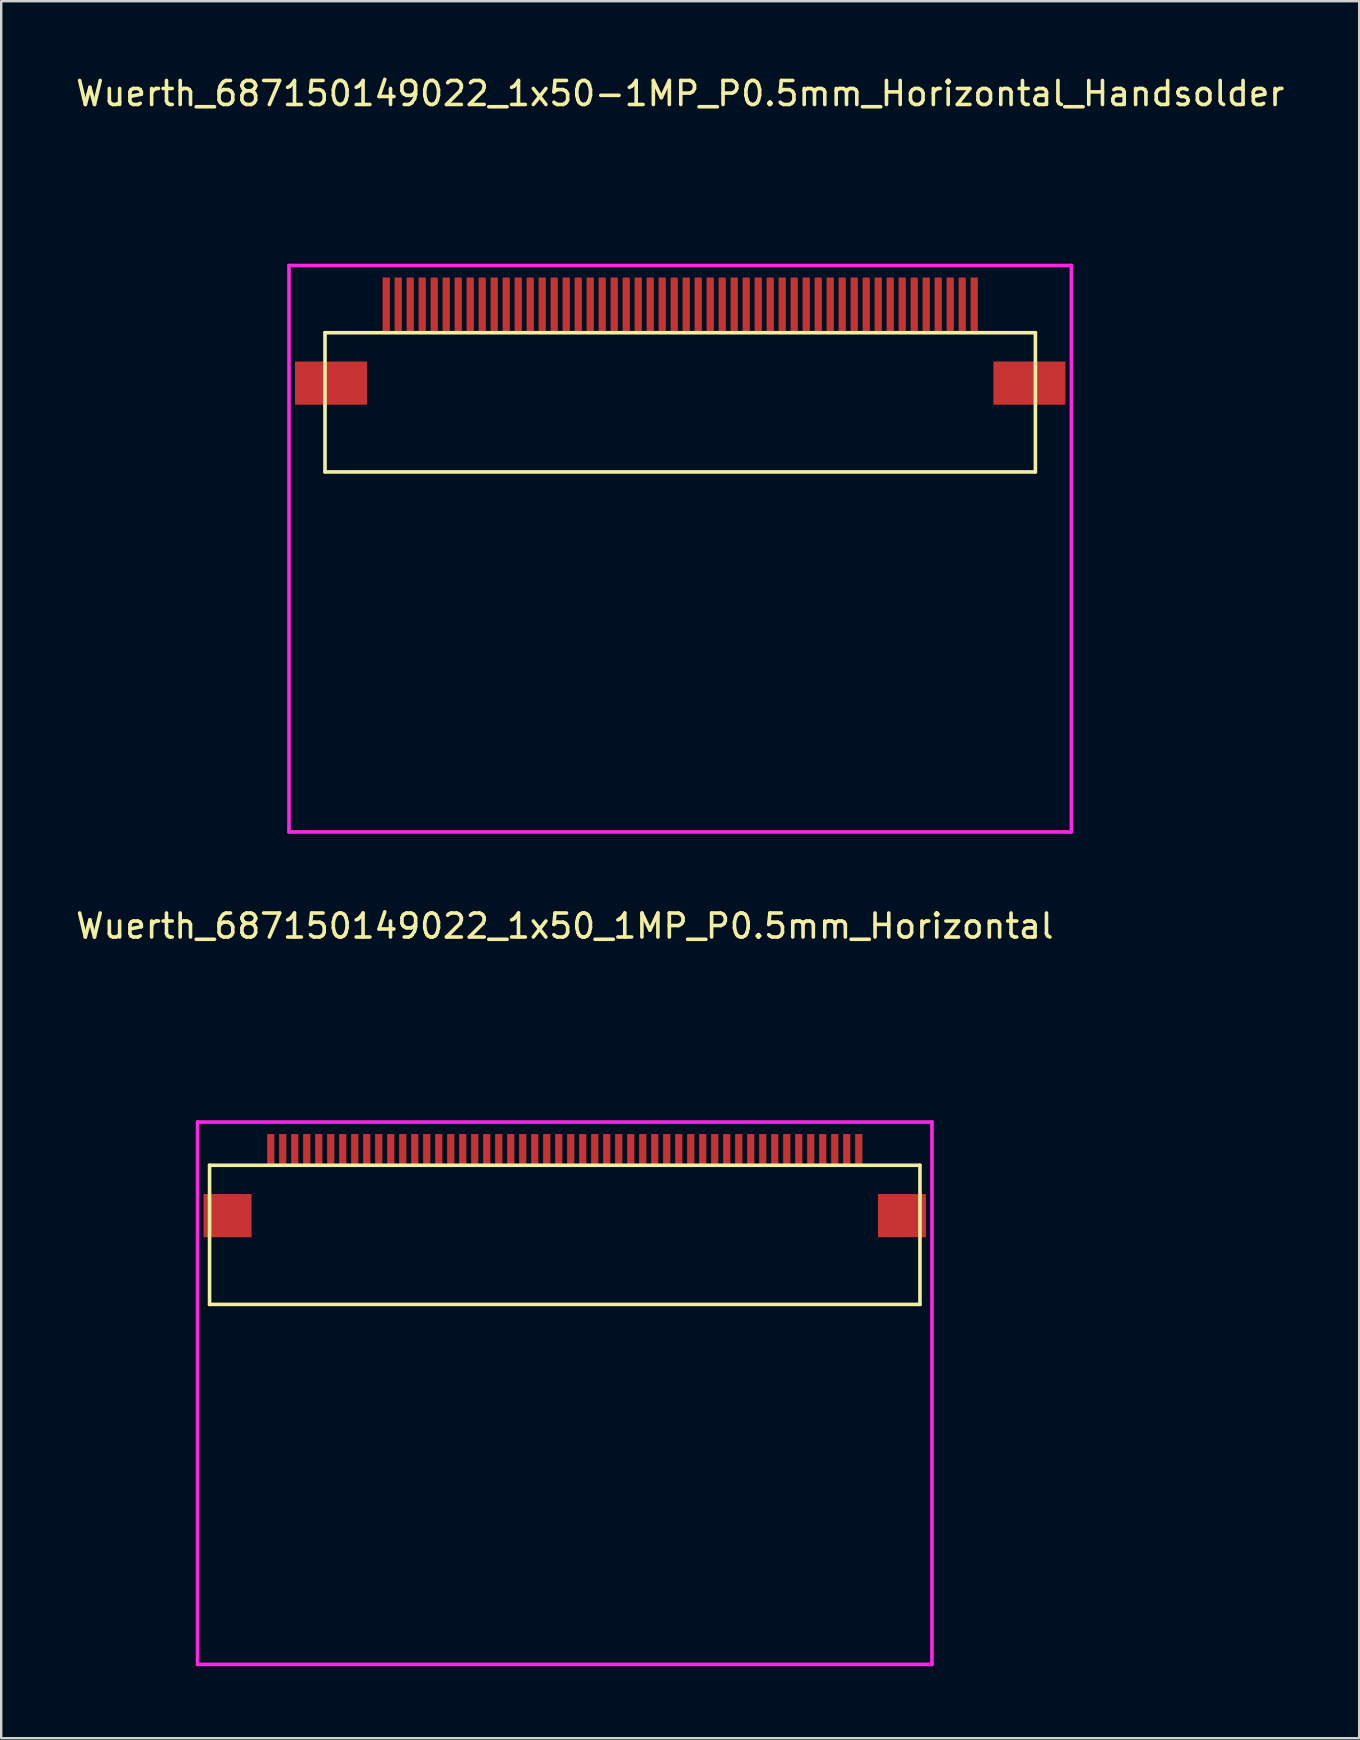
<source format=kicad_pcb>
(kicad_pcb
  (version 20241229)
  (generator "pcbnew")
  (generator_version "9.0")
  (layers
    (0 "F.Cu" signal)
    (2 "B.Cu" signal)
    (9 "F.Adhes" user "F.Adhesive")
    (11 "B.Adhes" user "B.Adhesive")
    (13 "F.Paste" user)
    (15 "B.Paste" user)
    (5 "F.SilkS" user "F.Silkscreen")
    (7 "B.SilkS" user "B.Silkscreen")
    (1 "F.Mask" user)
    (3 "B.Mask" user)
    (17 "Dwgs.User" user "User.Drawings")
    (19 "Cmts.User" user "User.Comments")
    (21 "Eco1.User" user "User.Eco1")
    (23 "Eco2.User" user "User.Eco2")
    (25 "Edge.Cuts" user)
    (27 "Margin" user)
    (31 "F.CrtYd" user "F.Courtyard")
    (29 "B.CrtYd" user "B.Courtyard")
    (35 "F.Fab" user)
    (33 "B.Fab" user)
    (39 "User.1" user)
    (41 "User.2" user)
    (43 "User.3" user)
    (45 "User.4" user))
  (footprint "Wuerth_687150149022_1x50-1MP_P0.5mm_Horizontal_Handsolder"
    (layer "F.Cu")
    (at 25.292 12.913)
    (property "Reference" "Wuerth_687150149022_1x50-1MP_P0.5mm_Horizontal_Handsolder" (at 0 -12.065 0) (layer "F.SilkS") (effects (font (size 1 1) (thickness 0.15))))
    (attr through_hole)
    (fp_line (start -14.8 -2.1) (end 14.8 -2.1) (stroke (width 0.15) (type solid)) (layer "F.SilkS"))
    (fp_line (start -14.8 3.7) (end -14.8 -2.1) (stroke (width 0.15) (type solid)) (layer "F.SilkS"))
    (fp_line (start 14.8 -2.1) (end 14.8 3.7) (stroke (width 0.15) (type solid)) (layer "F.SilkS"))
    (fp_line (start 14.8 3.7) (end -14.8 3.7) (stroke (width 0.15) (type solid)) (layer "F.SilkS"))
    (fp_line (start -16.3 -4.9) (end 16.3 -4.9) (stroke (width 0.15) (type solid)) (layer "F.CrtYd"))
    (fp_line (start -16.3 18.7) (end -16.3 -4.9) (stroke (width 0.15) (type solid)) (layer "F.CrtYd"))
    (fp_line (start 16.3 -4.9) (end 16.3 18.7) (stroke (width 0.15) (type solid)) (layer "F.CrtYd"))
    (fp_line (start 16.3 18.7) (end -16.3 18.7) (stroke (width 0.15) (type solid)) (layer "F.CrtYd"))
    (pad "1" smd rect (at -12.25 -3.25) (size 0.3 2.3) (layers "F.Cu" "F.Mask"))
    (pad "2" smd rect (at -11.75 -3.25) (size 0.3 2.3) (layers "F.Cu" "F.Mask"))
    (pad "3" smd rect (at -11.25 -3.25) (size 0.3 2.3) (layers "F.Cu" "F.Mask"))
    (pad "4" smd rect (at -10.75 -3.25) (size 0.3 2.3) (layers "F.Cu" "F.Mask"))
    (pad "5" smd rect (at -10.25 -3.25) (size 0.3 2.3) (layers "F.Cu" "F.Mask"))
    (pad "6" smd rect (at -9.75 -3.25) (size 0.3 2.3) (layers "F.Cu" "F.Mask"))
    (pad "7" smd rect (at -9.25 -3.25) (size 0.3 2.3) (layers "F.Cu" "F.Mask"))
    (pad "8" smd rect (at -8.75 -3.25) (size 0.3 2.3) (layers "F.Cu" "F.Mask"))
    (pad "9" smd rect (at -8.25 -3.25) (size 0.3 2.3) (layers "F.Cu" "F.Mask"))
    (pad "10" smd rect (at -7.75 -3.25) (size 0.3 2.3) (layers "F.Cu" "F.Mask"))
    (pad "11" smd rect (at -7.25 -3.25) (size 0.3 2.3) (layers "F.Cu" "F.Mask"))
    (pad "12" smd rect (at -6.75 -3.25) (size 0.3 2.3) (layers "F.Cu" "F.Mask"))
    (pad "13" smd rect (at -6.25 -3.25) (size 0.3 2.3) (layers "F.Cu" "F.Mask"))
    (pad "14" smd rect (at -5.75 -3.25) (size 0.3 2.3) (layers "F.Cu" "F.Mask"))
    (pad "15" smd rect (at -5.25 -3.25) (size 0.3 2.3) (layers "F.Cu" "F.Mask"))
    (pad "16" smd rect (at -4.75 -3.25) (size 0.3 2.3) (layers "F.Cu" "F.Mask"))
    (pad "17" smd rect (at -4.25 -3.25) (size 0.3 2.3) (layers "F.Cu" "F.Mask"))
    (pad "18" smd rect (at -3.75 -3.25) (size 0.3 2.3) (layers "F.Cu" "F.Mask"))
    (pad "19" smd rect (at -3.25 -3.25) (size 0.3 2.3) (layers "F.Cu" "F.Mask"))
    (pad "20" smd rect (at -2.75 -3.25) (size 0.3 2.3) (layers "F.Cu" "F.Mask"))
    (pad "21" smd rect (at -2.25 -3.25) (size 0.3 2.3) (layers "F.Cu" "F.Mask"))
    (pad "22" smd rect (at -1.75 -3.25) (size 0.3 2.3) (layers "F.Cu" "F.Mask"))
    (pad "23" smd rect (at -1.25 -3.25) (size 0.3 2.3) (layers "F.Cu" "F.Mask"))
    (pad "24" smd rect (at -0.75 -3.25) (size 0.3 2.3) (layers "F.Cu" "F.Mask"))
    (pad "25" smd rect (at -0.25 -3.25) (size 0.3 2.3) (layers "F.Cu" "F.Mask"))
    (pad "26" smd rect (at 0.25 -3.25) (size 0.3 2.3) (layers "F.Cu" "F.Mask"))
    (pad "27" smd rect (at 0.75 -3.25) (size 0.3 2.3) (layers "F.Cu" "F.Mask"))
    (pad "28" smd rect (at 1.25 -3.25) (size 0.3 2.3) (layers "F.Cu" "F.Mask"))
    (pad "29" smd rect (at 1.75 -3.25) (size 0.3 2.3) (layers "F.Cu" "F.Mask"))
    (pad "30" smd rect (at 2.25 -3.25) (size 0.3 2.3) (layers "F.Cu" "F.Mask"))
    (pad "31" smd rect (at 2.75 -3.25) (size 0.3 2.3) (layers "F.Cu" "F.Mask"))
    (pad "32" smd rect (at 3.25 -3.25) (size 0.3 2.3) (layers "F.Cu" "F.Mask"))
    (pad "33" smd rect (at 3.75 -3.25) (size 0.3 2.3) (layers "F.Cu" "F.Mask"))
    (pad "34" smd rect (at 4.25 -3.25) (size 0.3 2.3) (layers "F.Cu" "F.Mask"))
    (pad "35" smd rect (at 4.75 -3.25) (size 0.3 2.3) (layers "F.Cu" "F.Mask"))
    (pad "36" smd rect (at 5.25 -3.25) (size 0.3 2.3) (layers "F.Cu" "F.Mask"))
    (pad "37" smd rect (at 5.75 -3.25) (size 0.3 2.3) (layers "F.Cu" "F.Mask"))
    (pad "38" smd rect (at 6.25 -3.25) (size 0.3 2.3) (layers "F.Cu" "F.Mask"))
    (pad "39" smd rect (at 6.75 -3.25) (size 0.3 2.3) (layers "F.Cu" "F.Mask"))
    (pad "40" smd rect (at 7.25 -3.25) (size 0.3 2.3) (layers "F.Cu" "F.Mask"))
    (pad "41" smd rect (at 7.75 -3.25) (size 0.3 2.3) (layers "F.Cu" "F.Mask"))
    (pad "42" smd rect (at 8.25 -3.25) (size 0.3 2.3) (layers "F.Cu" "F.Mask"))
    (pad "43" smd rect (at 8.75 -3.25) (size 0.3 2.3) (layers "F.Cu" "F.Mask"))
    (pad "44" smd rect (at 9.25 -3.25) (size 0.3 2.3) (layers "F.Cu" "F.Mask"))
    (pad "45" smd rect (at 9.75 -3.25) (size 0.3 2.3) (layers "F.Cu" "F.Mask"))
    (pad "46" smd rect (at 10.25 -3.25) (size 0.3 2.3) (layers "F.Cu" "F.Mask"))
    (pad "47" smd rect (at 10.75 -3.25) (size 0.3 2.3) (layers "F.Cu" "F.Mask"))
    (pad "48" smd rect (at 11.25 -3.25) (size 0.3 2.3) (layers "F.Cu" "F.Mask"))
    (pad "49" smd rect (at 11.75 -3.25) (size 0.3 2.3) (layers "F.Cu" "F.Mask"))
    (pad "50" smd rect (at 12.25 -3.25) (size 0.3 2.3) (layers "F.Cu" "F.Mask"))
    (pad "MP" smd rect (at -14.55 0) (size 3 1.8) (layers "F.Cu" "F.Mask"))
    (pad "MP" smd rect (at 14.55 0) (size 3 1.8) (layers "F.Cu" "F.Mask")))
  (footprint "Wuerth_687150149022_1x50_1MP_P0.5mm_Horizontal"
    (layer "F.Cu")
    (at 20.482 47.602)
    (property "Reference" "Wuerth_687150149022_1x50_1MP_P0.5mm_Horizontal" (at 0 -12.065 0) (layer "F.SilkS") (effects (font (size 1 1) (thickness 0.15))))
    (attr through_hole)
    (fp_line (start -14.8 -2.1) (end 14.8 -2.1) (stroke (width 0.15) (type solid)) (layer "F.SilkS"))
    (fp_line (start -14.8 3.7) (end -14.8 -2.1) (stroke (width 0.15) (type solid)) (layer "F.SilkS"))
    (fp_line (start 14.8 -2.1) (end 14.8 3.7) (stroke (width 0.15) (type solid)) (layer "F.SilkS"))
    (fp_line (start 14.8 3.7) (end -14.8 3.7) (stroke (width 0.15) (type solid)) (layer "F.SilkS"))
    (fp_line (start -15.3 -3.9) (end 15.3 -3.9) (stroke (width 0.15) (type solid)) (layer "F.CrtYd"))
    (fp_line (start -15.3 18.7) (end -15.3 -3.9) (stroke (width 0.15) (type solid)) (layer "F.CrtYd"))
    (fp_line (start 15.3 -3.9) (end 15.3 18.7) (stroke (width 0.15) (type solid)) (layer "F.CrtYd"))
    (fp_line (start 15.3 18.7) (end -15.3 18.7) (stroke (width 0.15) (type solid)) (layer "F.CrtYd"))
    (pad "1" smd rect (at -12.25 -2.75) (size 0.3 1.3) (layers "F.Cu" "F.Mask"))
    (pad "2" smd rect (at -11.75 -2.75) (size 0.3 1.3) (layers "F.Cu" "F.Mask"))
    (pad "3" smd rect (at -11.25 -2.75) (size 0.3 1.3) (layers "F.Cu" "F.Mask"))
    (pad "4" smd rect (at -10.75 -2.75) (size 0.3 1.3) (layers "F.Cu" "F.Mask"))
    (pad "5" smd rect (at -10.25 -2.75) (size 0.3 1.3) (layers "F.Cu" "F.Mask"))
    (pad "6" smd rect (at -9.75 -2.75) (size 0.3 1.3) (layers "F.Cu" "F.Mask"))
    (pad "7" smd rect (at -9.25 -2.75) (size 0.3 1.3) (layers "F.Cu" "F.Mask"))
    (pad "8" smd rect (at -8.75 -2.75) (size 0.3 1.3) (layers "F.Cu" "F.Mask"))
    (pad "9" smd rect (at -8.25 -2.75) (size 0.3 1.3) (layers "F.Cu" "F.Mask"))
    (pad "10" smd rect (at -7.75 -2.75) (size 0.3 1.3) (layers "F.Cu" "F.Mask"))
    (pad "11" smd rect (at -7.25 -2.75) (size 0.3 1.3) (layers "F.Cu" "F.Mask"))
    (pad "12" smd rect (at -6.75 -2.75) (size 0.3 1.3) (layers "F.Cu" "F.Mask"))
    (pad "13" smd rect (at -6.25 -2.75) (size 0.3 1.3) (layers "F.Cu" "F.Mask"))
    (pad "14" smd rect (at -5.75 -2.75) (size 0.3 1.3) (layers "F.Cu" "F.Mask"))
    (pad "15" smd rect (at -5.25 -2.75) (size 0.3 1.3) (layers "F.Cu" "F.Mask"))
    (pad "16" smd rect (at -4.75 -2.75) (size 0.3 1.3) (layers "F.Cu" "F.Mask"))
    (pad "17" smd rect (at -4.25 -2.75) (size 0.3 1.3) (layers "F.Cu" "F.Mask"))
    (pad "18" smd rect (at -3.75 -2.75) (size 0.3 1.3) (layers "F.Cu" "F.Mask"))
    (pad "19" smd rect (at -3.25 -2.75) (size 0.3 1.3) (layers "F.Cu" "F.Mask"))
    (pad "20" smd rect (at -2.75 -2.75) (size 0.3 1.3) (layers "F.Cu" "F.Mask"))
    (pad "21" smd rect (at -2.25 -2.75) (size 0.3 1.3) (layers "F.Cu" "F.Mask"))
    (pad "22" smd rect (at -1.75 -2.75) (size 0.3 1.3) (layers "F.Cu" "F.Mask"))
    (pad "23" smd rect (at -1.25 -2.75) (size 0.3 1.3) (layers "F.Cu" "F.Mask"))
    (pad "24" smd rect (at -0.75 -2.75) (size 0.3 1.3) (layers "F.Cu" "F.Mask"))
    (pad "25" smd rect (at -0.25 -2.75) (size 0.3 1.3) (layers "F.Cu" "F.Mask"))
    (pad "26" smd rect (at 0.25 -2.75) (size 0.3 1.3) (layers "F.Cu" "F.Mask"))
    (pad "27" smd rect (at 0.75 -2.75) (size 0.3 1.3) (layers "F.Cu" "F.Mask"))
    (pad "28" smd rect (at 1.25 -2.75) (size 0.3 1.3) (layers "F.Cu" "F.Mask"))
    (pad "29" smd rect (at 1.75 -2.75) (size 0.3 1.3) (layers "F.Cu" "F.Mask"))
    (pad "30" smd rect (at 2.25 -2.75) (size 0.3 1.3) (layers "F.Cu" "F.Mask"))
    (pad "31" smd rect (at 2.75 -2.75) (size 0.3 1.3) (layers "F.Cu" "F.Mask"))
    (pad "32" smd rect (at 3.25 -2.75) (size 0.3 1.3) (layers "F.Cu" "F.Mask"))
    (pad "33" smd rect (at 3.75 -2.75) (size 0.3 1.3) (layers "F.Cu" "F.Mask"))
    (pad "34" smd rect (at 4.25 -2.75) (size 0.3 1.3) (layers "F.Cu" "F.Mask"))
    (pad "35" smd rect (at 4.75 -2.75) (size 0.3 1.3) (layers "F.Cu" "F.Mask"))
    (pad "36" smd rect (at 5.25 -2.75) (size 0.3 1.3) (layers "F.Cu" "F.Mask"))
    (pad "37" smd rect (at 5.75 -2.75) (size 0.3 1.3) (layers "F.Cu" "F.Mask"))
    (pad "38" smd rect (at 6.25 -2.75) (size 0.3 1.3) (layers "F.Cu" "F.Mask"))
    (pad "39" smd rect (at 6.75 -2.75) (size 0.3 1.3) (layers "F.Cu" "F.Mask"))
    (pad "40" smd rect (at 7.25 -2.75) (size 0.3 1.3) (layers "F.Cu" "F.Mask"))
    (pad "41" smd rect (at 7.75 -2.75) (size 0.3 1.3) (layers "F.Cu" "F.Mask"))
    (pad "42" smd rect (at 8.25 -2.75) (size 0.3 1.3) (layers "F.Cu" "F.Mask"))
    (pad "43" smd rect (at 8.75 -2.75) (size 0.3 1.3) (layers "F.Cu" "F.Mask"))
    (pad "44" smd rect (at 9.25 -2.75) (size 0.3 1.3) (layers "F.Cu" "F.Mask"))
    (pad "45" smd rect (at 9.75 -2.75) (size 0.3 1.3) (layers "F.Cu" "F.Mask"))
    (pad "46" smd rect (at 10.25 -2.75) (size 0.3 1.3) (layers "F.Cu" "F.Mask"))
    (pad "47" smd rect (at 10.75 -2.75) (size 0.3 1.3) (layers "F.Cu" "F.Mask"))
    (pad "48" smd rect (at 11.25 -2.75) (size 0.3 1.3) (layers "F.Cu" "F.Mask"))
    (pad "49" smd rect (at 11.75 -2.75) (size 0.3 1.3) (layers "F.Cu" "F.Mask"))
    (pad "50" smd rect (at 12.25 -2.75) (size 0.3 1.3) (layers "F.Cu" "F.Mask"))
    (pad "MP" smd rect (at -14.05 0) (size 2 1.8) (layers "F.Cu" "F.Mask"))
    (pad "MP" smd rect (at 14.05 0) (size 2 1.8) (layers "F.Cu" "F.Mask")))
  (gr_rect
    (start -3 -3)
    (end 53.583 69.376)
    (stroke (width 0.1) (type default))
    (fill no)
    (layer "Edge.Cuts")))
</source>
